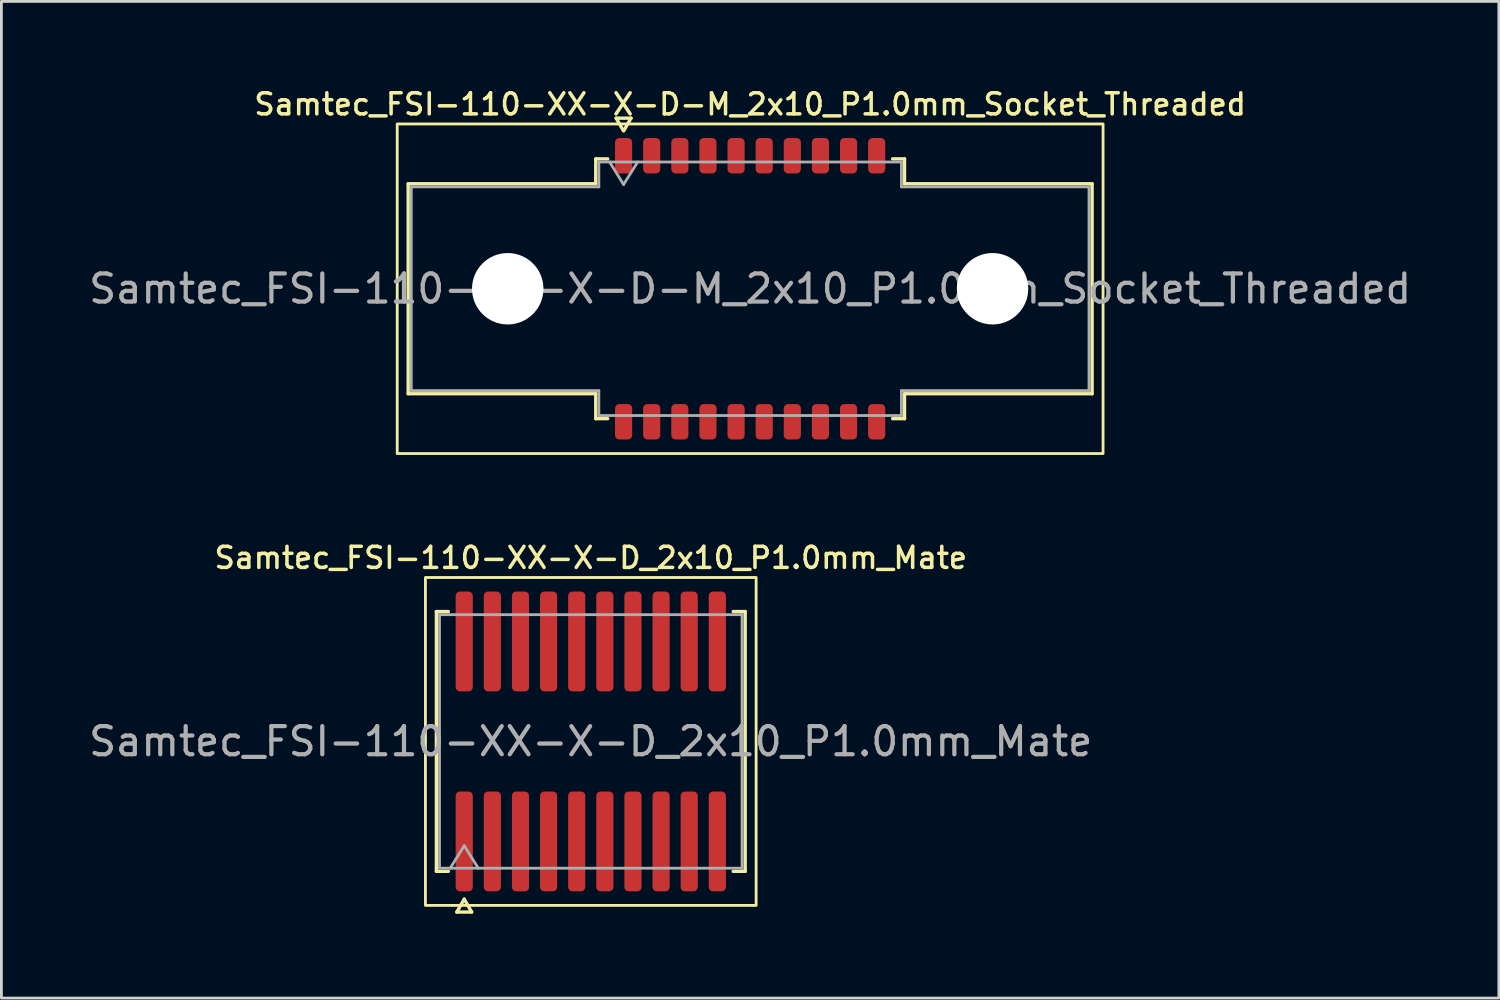
<source format=kicad_pcb>
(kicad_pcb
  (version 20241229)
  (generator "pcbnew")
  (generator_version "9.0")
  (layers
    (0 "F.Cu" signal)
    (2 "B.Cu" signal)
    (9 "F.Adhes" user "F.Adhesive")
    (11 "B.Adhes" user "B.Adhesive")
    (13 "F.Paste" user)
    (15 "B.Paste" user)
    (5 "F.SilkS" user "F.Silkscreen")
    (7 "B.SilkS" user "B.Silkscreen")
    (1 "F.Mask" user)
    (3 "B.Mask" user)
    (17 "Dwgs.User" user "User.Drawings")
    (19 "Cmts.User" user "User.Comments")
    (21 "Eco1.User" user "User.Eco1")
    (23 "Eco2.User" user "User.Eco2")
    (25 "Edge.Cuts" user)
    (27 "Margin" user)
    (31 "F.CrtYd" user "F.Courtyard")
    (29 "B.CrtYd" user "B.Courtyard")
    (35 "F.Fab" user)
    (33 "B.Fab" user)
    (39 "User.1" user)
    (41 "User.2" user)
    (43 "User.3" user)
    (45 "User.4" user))
  (footprint "Samtec_FSI-110-XX-X-D-M_2x10_P1.0mm_Socket_Threaded"
    (layer "F.Cu")
    (at 23.625 7.218)
    (property "Reference" "Samtec_FSI-110-XX-X-D-M_2x10_P1.0mm_Socket_Threaded" (at 0 -6.56 0) (layer "F.SilkS") (effects (font (size 0.75 0.75) (thickness 0.125))))
    (attr smd)
    (fp_line (start -12.16 -3.733) (end -5.49 -3.733) (stroke (width 0.12) (type solid)) (layer "F.SilkS"))
    (fp_line (start -12.16 3.733) (end -12.16 -3.733) (stroke (width 0.12) (type solid)) (layer "F.SilkS"))
    (fp_line (start -5.49 -4.619) (end -5.065 -4.619) (stroke (width 0.12) (type solid)) (layer "F.SilkS"))
    (fp_line (start -5.49 -3.733) (end -5.49 -4.619) (stroke (width 0.12) (type solid)) (layer "F.SilkS"))
    (fp_line (start -5.49 3.733) (end -12.16 3.733) (stroke (width 0.12) (type solid)) (layer "F.SilkS"))
    (fp_line (start -5.49 4.619) (end -5.49 3.733) (stroke (width 0.12) (type solid)) (layer "F.SilkS"))
    (fp_line (start -5.065 4.619) (end -5.49 4.619) (stroke (width 0.12) (type solid)) (layer "F.SilkS"))
    (fp_line (start -4.764 -6.066) (end -4.507 -5.62) (stroke (width 0.12) (type solid)) (layer "F.SilkS"))
    (fp_line (start -4.493 -5.62) (end -4.236 -6.066) (stroke (width 0.12) (type solid)) (layer "F.SilkS"))
    (fp_line (start -4.236 -6.066) (end -4.764 -6.066) (stroke (width 0.12) (type solid)) (layer "F.SilkS"))
    (fp_line (start 5.065 -4.619) (end 5.49 -4.619) (stroke (width 0.12) (type solid)) (layer "F.SilkS"))
    (fp_line (start 5.49 -4.619) (end 5.49 -3.733) (stroke (width 0.12) (type solid)) (layer "F.SilkS"))
    (fp_line (start 5.49 -3.733) (end 12.16 -3.733) (stroke (width 0.12) (type solid)) (layer "F.SilkS"))
    (fp_line (start 5.49 3.733) (end 5.49 4.619) (stroke (width 0.12) (type solid)) (layer "F.SilkS"))
    (fp_line (start 5.49 4.619) (end 5.065 4.619) (stroke (width 0.12) (type solid)) (layer "F.SilkS"))
    (fp_line (start 12.16 -3.733) (end 12.16 3.733) (stroke (width 0.12) (type solid)) (layer "F.SilkS"))
    (fp_line (start 12.16 3.733) (end 5.49 3.733) (stroke (width 0.12) (type solid)) (layer "F.SilkS"))
    (fp_rect (start -12.55 -5.86) (end 12.55 5.86) (stroke (width 0.1) (type solid)) (fill no) (layer "F.SilkS"))
    (fp_line (start -12.05 -3.623) (end -5.38 -3.623) (stroke (width 0.1) (type solid)) (layer "F.Fab"))
    (fp_line (start -12.05 3.623) (end -12.05 -3.623) (stroke (width 0.1) (type solid)) (layer "F.Fab"))
    (fp_line (start -5.38 -4.508) (end 5.38 -4.508) (stroke (width 0.1) (type solid)) (layer "F.Fab"))
    (fp_line (start -5.38 -3.623) (end -5.38 -4.508) (stroke (width 0.1) (type solid)) (layer "F.Fab"))
    (fp_line (start -5.38 3.623) (end -12.05 3.623) (stroke (width 0.1) (type solid)) (layer "F.Fab"))
    (fp_line (start -5.38 4.508) (end -5.38 3.623) (stroke (width 0.1) (type solid)) (layer "F.Fab"))
    (fp_line (start -5 -4.508) (end -4.5 -3.708) (stroke (width 0.1) (type solid)) (layer "F.Fab"))
    (fp_line (start -4.5 -3.708) (end -4 -4.508) (stroke (width 0.1) (type solid)) (layer "F.Fab"))
    (fp_line (start 5.38 -4.508) (end 5.38 -3.623) (stroke (width 0.1) (type solid)) (layer "F.Fab"))
    (fp_line (start 5.38 -3.623) (end 12.05 -3.623) (stroke (width 0.1) (type solid)) (layer "F.Fab"))
    (fp_line (start 5.38 3.623) (end 5.38 4.508) (stroke (width 0.1) (type solid)) (layer "F.Fab"))
    (fp_line (start 5.38 4.508) (end -5.38 4.508) (stroke (width 0.1) (type solid)) (layer "F.Fab"))
    (fp_line (start 12.05 -3.623) (end 12.05 3.623) (stroke (width 0.1) (type solid)) (layer "F.Fab"))
    (fp_line (start 12.05 3.623) (end 5.38 3.623) (stroke (width 0.1) (type solid)) (layer "F.Fab"))
    (fp_text user "${REFERENCE}" (at 0 0 0) (layer "F.Fab") (effects (font (size 1 1) (thickness 0.15))))
    (pad "" np_thru_hole circle (at -8.62 0) (size 2.54 2.54) (drill 2.54) (layers "*.Cu" "*.Mask"))
    (pad "" np_thru_hole circle (at 8.62 0) (size 2.54 2.54) (drill 2.54) (layers "*.Cu" "*.Mask"))
    (pad "1" smd roundrect (at -4.5 -4.73) (size 0.61 1.26) (layers "F.Cu" "F.Mask" "F.Paste") (roundrect_rratio 0.25))
    (pad "2" smd roundrect (at -4.5 4.73) (size 0.61 1.26) (layers "F.Cu" "F.Mask" "F.Paste") (roundrect_rratio 0.25))
    (pad "3" smd roundrect (at -3.5 -4.73) (size 0.61 1.26) (layers "F.Cu" "F.Mask" "F.Paste") (roundrect_rratio 0.25))
    (pad "4" smd roundrect (at -3.5 4.73) (size 0.61 1.26) (layers "F.Cu" "F.Mask" "F.Paste") (roundrect_rratio 0.25))
    (pad "5" smd roundrect (at -2.5 -4.73) (size 0.61 1.26) (layers "F.Cu" "F.Mask" "F.Paste") (roundrect_rratio 0.25))
    (pad "6" smd roundrect (at -2.5 4.73) (size 0.61 1.26) (layers "F.Cu" "F.Mask" "F.Paste") (roundrect_rratio 0.25))
    (pad "7" smd roundrect (at -1.5 -4.73) (size 0.61 1.26) (layers "F.Cu" "F.Mask" "F.Paste") (roundrect_rratio 0.25))
    (pad "8" smd roundrect (at -1.5 4.73) (size 0.61 1.26) (layers "F.Cu" "F.Mask" "F.Paste") (roundrect_rratio 0.25))
    (pad "9" smd roundrect (at -0.5 -4.73) (size 0.61 1.26) (layers "F.Cu" "F.Mask" "F.Paste") (roundrect_rratio 0.25))
    (pad "10" smd roundrect (at -0.5 4.73) (size 0.61 1.26) (layers "F.Cu" "F.Mask" "F.Paste") (roundrect_rratio 0.25))
    (pad "11" smd roundrect (at 0.5 -4.73) (size 0.61 1.26) (layers "F.Cu" "F.Mask" "F.Paste") (roundrect_rratio 0.25))
    (pad "12" smd roundrect (at 0.5 4.73) (size 0.61 1.26) (layers "F.Cu" "F.Mask" "F.Paste") (roundrect_rratio 0.25))
    (pad "13" smd roundrect (at 1.5 -4.73) (size 0.61 1.26) (layers "F.Cu" "F.Mask" "F.Paste") (roundrect_rratio 0.25))
    (pad "14" smd roundrect (at 1.5 4.73) (size 0.61 1.26) (layers "F.Cu" "F.Mask" "F.Paste") (roundrect_rratio 0.25))
    (pad "15" smd roundrect (at 2.5 -4.73) (size 0.61 1.26) (layers "F.Cu" "F.Mask" "F.Paste") (roundrect_rratio 0.25))
    (pad "16" smd roundrect (at 2.5 4.73) (size 0.61 1.26) (layers "F.Cu" "F.Mask" "F.Paste") (roundrect_rratio 0.25))
    (pad "17" smd roundrect (at 3.5 -4.73) (size 0.61 1.26) (layers "F.Cu" "F.Mask" "F.Paste") (roundrect_rratio 0.25))
    (pad "18" smd roundrect (at 3.5 4.73) (size 0.61 1.26) (layers "F.Cu" "F.Mask" "F.Paste") (roundrect_rratio 0.25))
    (pad "19" smd roundrect (at 4.5 -4.73) (size 0.61 1.26) (layers "F.Cu" "F.Mask" "F.Paste") (roundrect_rratio 0.25))
    (pad "20" smd roundrect (at 4.5 4.73) (size 0.61 1.26) (layers "F.Cu" "F.Mask" "F.Paste") (roundrect_rratio 0.25)))
  (footprint "Samtec_FSI-110-XX-X-D_2x10_P1.0mm_Mate"
    (layer "F.Cu")
    (at 17.958 23.316)
    (property "Reference" "Samtec_FSI-110-XX-X-D_2x10_P1.0mm_Mate" (at 0 -6.53 0) (layer "F.SilkS") (effects (font (size 0.75 0.75) (thickness 0.125))))
    (attr exclude_from_pos_files exclude_from_bom)
    (fp_line (start -5.49 -4.619) (end -5.065 -4.619) (stroke (width 0.12) (type solid)) (layer "F.SilkS"))
    (fp_line (start -5.49 4.619) (end -5.49 -4.619) (stroke (width 0.12) (type solid)) (layer "F.SilkS"))
    (fp_line (start -5.065 4.619) (end -5.49 4.619) (stroke (width 0.12) (type solid)) (layer "F.SilkS"))
    (fp_line (start -4.764 6.066) (end -4.5 5.609) (stroke (width 0.12) (type solid)) (layer "F.SilkS"))
    (fp_line (start -4.5 5.609) (end -4.236 6.066) (stroke (width 0.12) (type solid)) (layer "F.SilkS"))
    (fp_line (start -4.236 6.066) (end -4.764 6.066) (stroke (width 0.12) (type solid)) (layer "F.SilkS"))
    (fp_line (start 5.065 -4.619) (end 5.49 -4.619) (stroke (width 0.12) (type solid)) (layer "F.SilkS"))
    (fp_line (start 5.49 -4.619) (end 5.49 4.619) (stroke (width 0.12) (type solid)) (layer "F.SilkS"))
    (fp_line (start 5.49 4.619) (end 5.065 4.619) (stroke (width 0.12) (type solid)) (layer "F.SilkS"))
    (fp_rect (start -5.88 -5.83) (end 5.88 5.83) (stroke (width 0.1) (type solid)) (fill no) (layer "F.SilkS"))
    (fp_line (start -5.38 -4.508) (end 5.38 -4.508) (stroke (width 0.1) (type solid)) (layer "F.Fab"))
    (fp_line (start -5.38 4.508) (end -5.38 -4.508) (stroke (width 0.1) (type solid)) (layer "F.Fab"))
    (fp_line (start -5 4.508) (end -4.5 3.708) (stroke (width 0.1) (type solid)) (layer "F.Fab"))
    (fp_line (start -4.5 3.708) (end -4 4.508) (stroke (width 0.1) (type solid)) (layer "F.Fab"))
    (fp_line (start 5.38 -4.508) (end 5.38 4.508) (stroke (width 0.1) (type solid)) (layer "F.Fab"))
    (fp_line (start 5.38 4.508) (end -5.38 4.508) (stroke (width 0.1) (type solid)) (layer "F.Fab"))
    (fp_text user "${REFERENCE}" (at 0 0 0) (layer "F.Fab") (effects (font (size 1 1) (thickness 0.15))))
    (pad "1" smd roundrect (at -4.5 3.555) (size 0.61 3.55) (layers "F.Cu" "F.Mask") (roundrect_rratio 0.25))
    (pad "2" smd roundrect (at -4.5 -3.555) (size 0.61 3.55) (layers "F.Cu" "F.Mask") (roundrect_rratio 0.25))
    (pad "3" smd roundrect (at -3.5 3.555) (size 0.61 3.55) (layers "F.Cu" "F.Mask") (roundrect_rratio 0.25))
    (pad "4" smd roundrect (at -3.5 -3.555) (size 0.61 3.55) (layers "F.Cu" "F.Mask") (roundrect_rratio 0.25))
    (pad "5" smd roundrect (at -2.5 3.555) (size 0.61 3.55) (layers "F.Cu" "F.Mask") (roundrect_rratio 0.25))
    (pad "6" smd roundrect (at -2.5 -3.555) (size 0.61 3.55) (layers "F.Cu" "F.Mask") (roundrect_rratio 0.25))
    (pad "7" smd roundrect (at -1.5 3.555) (size 0.61 3.55) (layers "F.Cu" "F.Mask") (roundrect_rratio 0.25))
    (pad "8" smd roundrect (at -1.5 -3.555) (size 0.61 3.55) (layers "F.Cu" "F.Mask") (roundrect_rratio 0.25))
    (pad "9" smd roundrect (at -0.5 3.555) (size 0.61 3.55) (layers "F.Cu" "F.Mask") (roundrect_rratio 0.25))
    (pad "10" smd roundrect (at -0.5 -3.555) (size 0.61 3.55) (layers "F.Cu" "F.Mask") (roundrect_rratio 0.25))
    (pad "11" smd roundrect (at 0.5 3.555) (size 0.61 3.55) (layers "F.Cu" "F.Mask") (roundrect_rratio 0.25))
    (pad "12" smd roundrect (at 0.5 -3.555) (size 0.61 3.55) (layers "F.Cu" "F.Mask") (roundrect_rratio 0.25))
    (pad "13" smd roundrect (at 1.5 3.555) (size 0.61 3.55) (layers "F.Cu" "F.Mask") (roundrect_rratio 0.25))
    (pad "14" smd roundrect (at 1.5 -3.555) (size 0.61 3.55) (layers "F.Cu" "F.Mask") (roundrect_rratio 0.25))
    (pad "15" smd roundrect (at 2.5 3.555) (size 0.61 3.55) (layers "F.Cu" "F.Mask") (roundrect_rratio 0.25))
    (pad "16" smd roundrect (at 2.5 -3.555) (size 0.61 3.55) (layers "F.Cu" "F.Mask") (roundrect_rratio 0.25))
    (pad "17" smd roundrect (at 3.5 3.555) (size 0.61 3.55) (layers "F.Cu" "F.Mask") (roundrect_rratio 0.25))
    (pad "18" smd roundrect (at 3.5 -3.555) (size 0.61 3.55) (layers "F.Cu" "F.Mask") (roundrect_rratio 0.25))
    (pad "19" smd roundrect (at 4.5 3.555) (size 0.61 3.55) (layers "F.Cu" "F.Mask") (roundrect_rratio 0.25))
    (pad "20" smd roundrect (at 4.5 -3.555) (size 0.61 3.55) (layers "F.Cu" "F.Mask") (roundrect_rratio 0.25)))
  (gr_rect
    (start -3 -3)
    (end 50.25 32.442)
    (stroke (width 0.1) (type default))
    (fill no)
    (layer "Edge.Cuts")))
</source>
